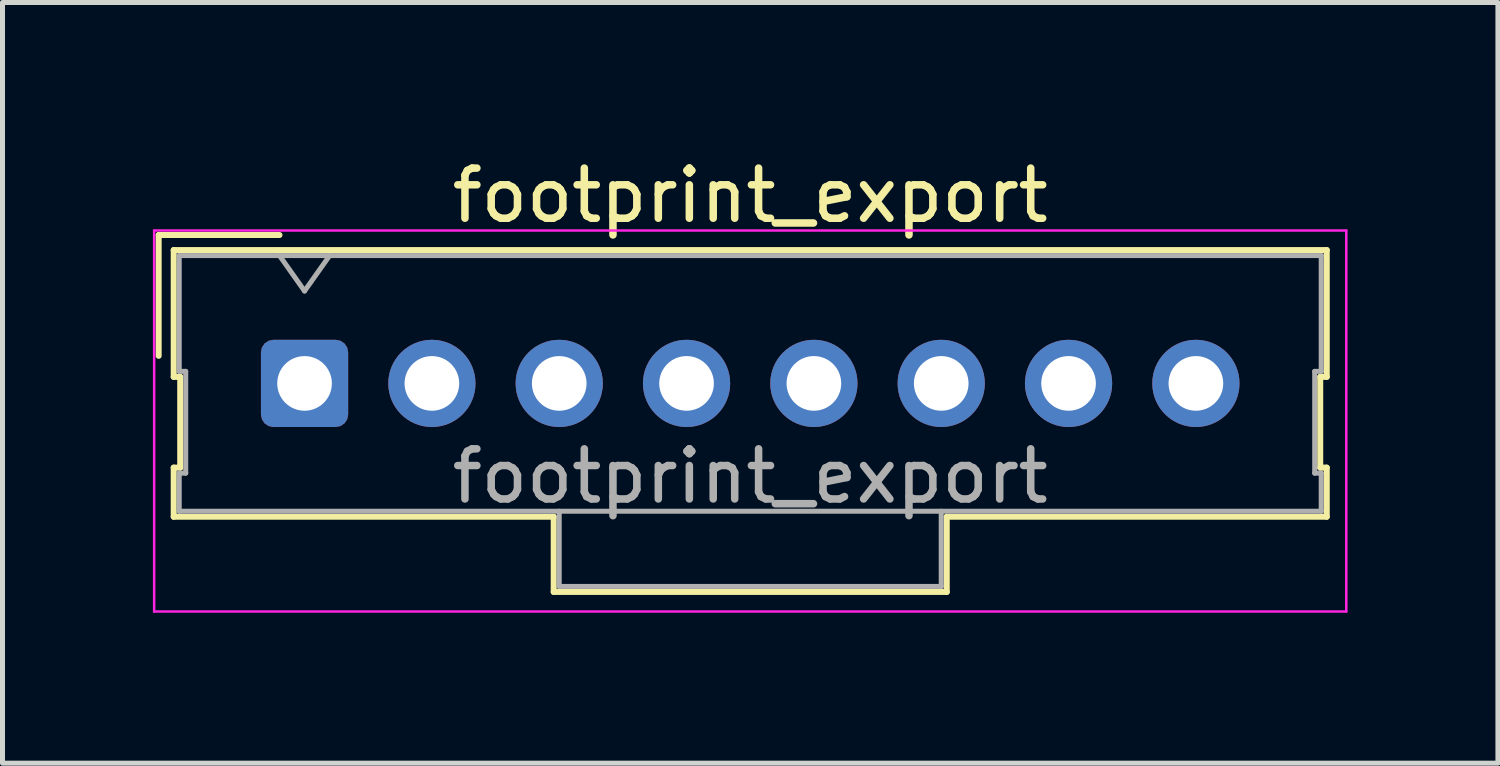
<source format=kicad_pcb>
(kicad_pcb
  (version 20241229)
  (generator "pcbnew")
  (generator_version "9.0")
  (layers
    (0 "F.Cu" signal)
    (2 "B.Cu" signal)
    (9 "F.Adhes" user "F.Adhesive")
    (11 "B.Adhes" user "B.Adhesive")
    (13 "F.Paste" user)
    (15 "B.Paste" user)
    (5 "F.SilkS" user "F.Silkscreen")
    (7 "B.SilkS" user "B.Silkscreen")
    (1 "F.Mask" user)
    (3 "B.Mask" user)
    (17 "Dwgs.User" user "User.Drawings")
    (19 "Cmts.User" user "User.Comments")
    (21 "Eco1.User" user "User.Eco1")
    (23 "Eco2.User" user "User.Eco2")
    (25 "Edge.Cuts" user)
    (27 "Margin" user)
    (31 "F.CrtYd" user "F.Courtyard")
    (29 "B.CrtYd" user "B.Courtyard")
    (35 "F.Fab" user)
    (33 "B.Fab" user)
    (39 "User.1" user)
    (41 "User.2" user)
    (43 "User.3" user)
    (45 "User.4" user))
  (footprint "footprint_export"
    (layer "F.Cu")
    (at 3.025 4.598)
    (property "Reference" "footprint_export" (at 8.89 -3.75 0) (layer "F.SilkS") (effects (font (size 1 1) (thickness 0.15))))
    (attr through_hole)
    (fp_line (start -2.91 -2.96) (end -0.5 -2.96) (stroke (width 0.12) (type solid)) (layer "F.SilkS"))
    (fp_line (start -2.91 -0.55) (end -2.91 -2.96) (stroke (width 0.12) (type solid)) (layer "F.SilkS"))
    (fp_line (start -2.61 -2.66) (end -2.61 -0.13) (stroke (width 0.12) (type solid)) (layer "F.SilkS"))
    (fp_line (start -2.61 -0.13) (end -2.48 -0.13) (stroke (width 0.12) (type solid)) (layer "F.SilkS"))
    (fp_line (start -2.61 1.68) (end -2.61 2.66) (stroke (width 0.12) (type solid)) (layer "F.SilkS"))
    (fp_line (start -2.61 2.66) (end 4.97 2.66) (stroke (width 0.12) (type solid)) (layer "F.SilkS"))
    (fp_line (start -2.48 -0.13) (end -2.48 1.68) (stroke (width 0.12) (type solid)) (layer "F.SilkS"))
    (fp_line (start -2.48 1.68) (end -2.61 1.68) (stroke (width 0.12) (type solid)) (layer "F.SilkS"))
    (fp_line (start 4.97 2.66) (end 4.97 4.16) (stroke (width 0.12) (type solid)) (layer "F.SilkS"))
    (fp_line (start 4.97 4.16) (end 12.81 4.16) (stroke (width 0.12) (type solid)) (layer "F.SilkS"))
    (fp_line (start 12.81 2.66) (end 20.39 2.66) (stroke (width 0.12) (type solid)) (layer "F.SilkS"))
    (fp_line (start 12.81 4.16) (end 12.81 2.66) (stroke (width 0.12) (type solid)) (layer "F.SilkS"))
    (fp_line (start 20.26 -0.13) (end 20.39 -0.13) (stroke (width 0.12) (type solid)) (layer "F.SilkS"))
    (fp_line (start 20.26 1.68) (end 20.26 -0.13) (stroke (width 0.12) (type solid)) (layer "F.SilkS"))
    (fp_line (start 20.39 -2.66) (end -2.61 -2.66) (stroke (width 0.12) (type solid)) (layer "F.SilkS"))
    (fp_line (start 20.39 -0.13) (end 20.39 -2.66) (stroke (width 0.12) (type solid)) (layer "F.SilkS"))
    (fp_line (start 20.39 1.68) (end 20.26 1.68) (stroke (width 0.12) (type solid)) (layer "F.SilkS"))
    (fp_line (start 20.39 2.66) (end 20.39 1.68) (stroke (width 0.12) (type solid)) (layer "F.SilkS"))
    (fp_line (start -3 -3.05) (end -3 4.55) (stroke (width 0.05) (type solid)) (layer "F.CrtYd"))
    (fp_line (start -3 4.55) (end 20.78 4.55) (stroke (width 0.05) (type solid)) (layer "F.CrtYd"))
    (fp_line (start 20.78 -3.05) (end -3 -3.05) (stroke (width 0.05) (type solid)) (layer "F.CrtYd"))
    (fp_line (start 20.78 4.55) (end 20.78 -3.05) (stroke (width 0.05) (type solid)) (layer "F.CrtYd"))
    (fp_line (start -2.5 -2.55) (end -2.5 -0.24) (stroke (width 0.1) (type solid)) (layer "F.Fab"))
    (fp_line (start -2.5 -0.24) (end -2.37 -0.24) (stroke (width 0.1) (type solid)) (layer "F.Fab"))
    (fp_line (start -2.5 1.79) (end -2.5 2.55) (stroke (width 0.1) (type solid)) (layer "F.Fab"))
    (fp_line (start -2.5 2.55) (end 20.28 2.55) (stroke (width 0.1) (type solid)) (layer "F.Fab"))
    (fp_line (start -2.37 -0.24) (end -2.37 1.79) (stroke (width 0.1) (type solid)) (layer "F.Fab"))
    (fp_line (start -2.37 1.79) (end -2.5 1.79) (stroke (width 0.1) (type solid)) (layer "F.Fab"))
    (fp_line (start 0 -1.843) (end -0.5 -2.55) (stroke (width 0.1) (type solid)) (layer "F.Fab"))
    (fp_line (start 0.5 -2.55) (end 0 -1.843) (stroke (width 0.1) (type solid)) (layer "F.Fab"))
    (fp_line (start 5.08 2.55) (end 5.08 4.05) (stroke (width 0.1) (type solid)) (layer "F.Fab"))
    (fp_line (start 5.08 4.05) (end 12.7 4.05) (stroke (width 0.1) (type solid)) (layer "F.Fab"))
    (fp_line (start 12.7 4.05) (end 12.7 2.55) (stroke (width 0.1) (type solid)) (layer "F.Fab"))
    (fp_line (start 20.15 -0.24) (end 20.28 -0.24) (stroke (width 0.1) (type solid)) (layer "F.Fab"))
    (fp_line (start 20.15 1.79) (end 20.15 -0.24) (stroke (width 0.1) (type solid)) (layer "F.Fab"))
    (fp_line (start 20.28 -2.55) (end -2.5 -2.55) (stroke (width 0.1) (type solid)) (layer "F.Fab"))
    (fp_line (start 20.28 -0.24) (end 20.28 -2.55) (stroke (width 0.1) (type solid)) (layer "F.Fab"))
    (fp_line (start 20.28 1.79) (end 20.15 1.79) (stroke (width 0.1) (type solid)) (layer "F.Fab"))
    (fp_line (start 20.28 2.55) (end 20.28 1.79) (stroke (width 0.1) (type solid)) (layer "F.Fab"))
    (fp_text user "${REFERENCE}" (at 8.89 1.85 0) (layer "F.Fab") (effects (font (size 1 1) (thickness 0.15))))
    (pad "1" thru_hole roundrect (at 0 0) (size 1.74 1.74) (drill 1.09) (layers "*.Cu" "*.Mask") (roundrect_rratio 0.144))
    (pad "2" thru_hole circle (at 2.54 0) (size 1.74 1.74) (drill 1.09) (layers "*.Cu" "*.Mask"))
    (pad "3" thru_hole circle (at 5.08 0) (size 1.74 1.74) (drill 1.09) (layers "*.Cu" "*.Mask"))
    (pad "4" thru_hole circle (at 7.62 0) (size 1.74 1.74) (drill 1.09) (layers "*.Cu" "*.Mask"))
    (pad "5" thru_hole circle (at 10.16 0) (size 1.74 1.74) (drill 1.09) (layers "*.Cu" "*.Mask"))
    (pad "6" thru_hole circle (at 12.7 0) (size 1.74 1.74) (drill 1.09) (layers "*.Cu" "*.Mask"))
    (pad "7" thru_hole circle (at 15.24 0) (size 1.74 1.74) (drill 1.09) (layers "*.Cu" "*.Mask"))
    (pad "8" thru_hole circle (at 17.78 0) (size 1.74 1.74) (drill 1.09) (layers "*.Cu" "*.Mask")))
  (gr_rect
    (start -3 -3)
    (end 26.83 12.173)
    (stroke (width 0.1) (type default))
    (fill no)
    (layer "Edge.Cuts")))
</source>
